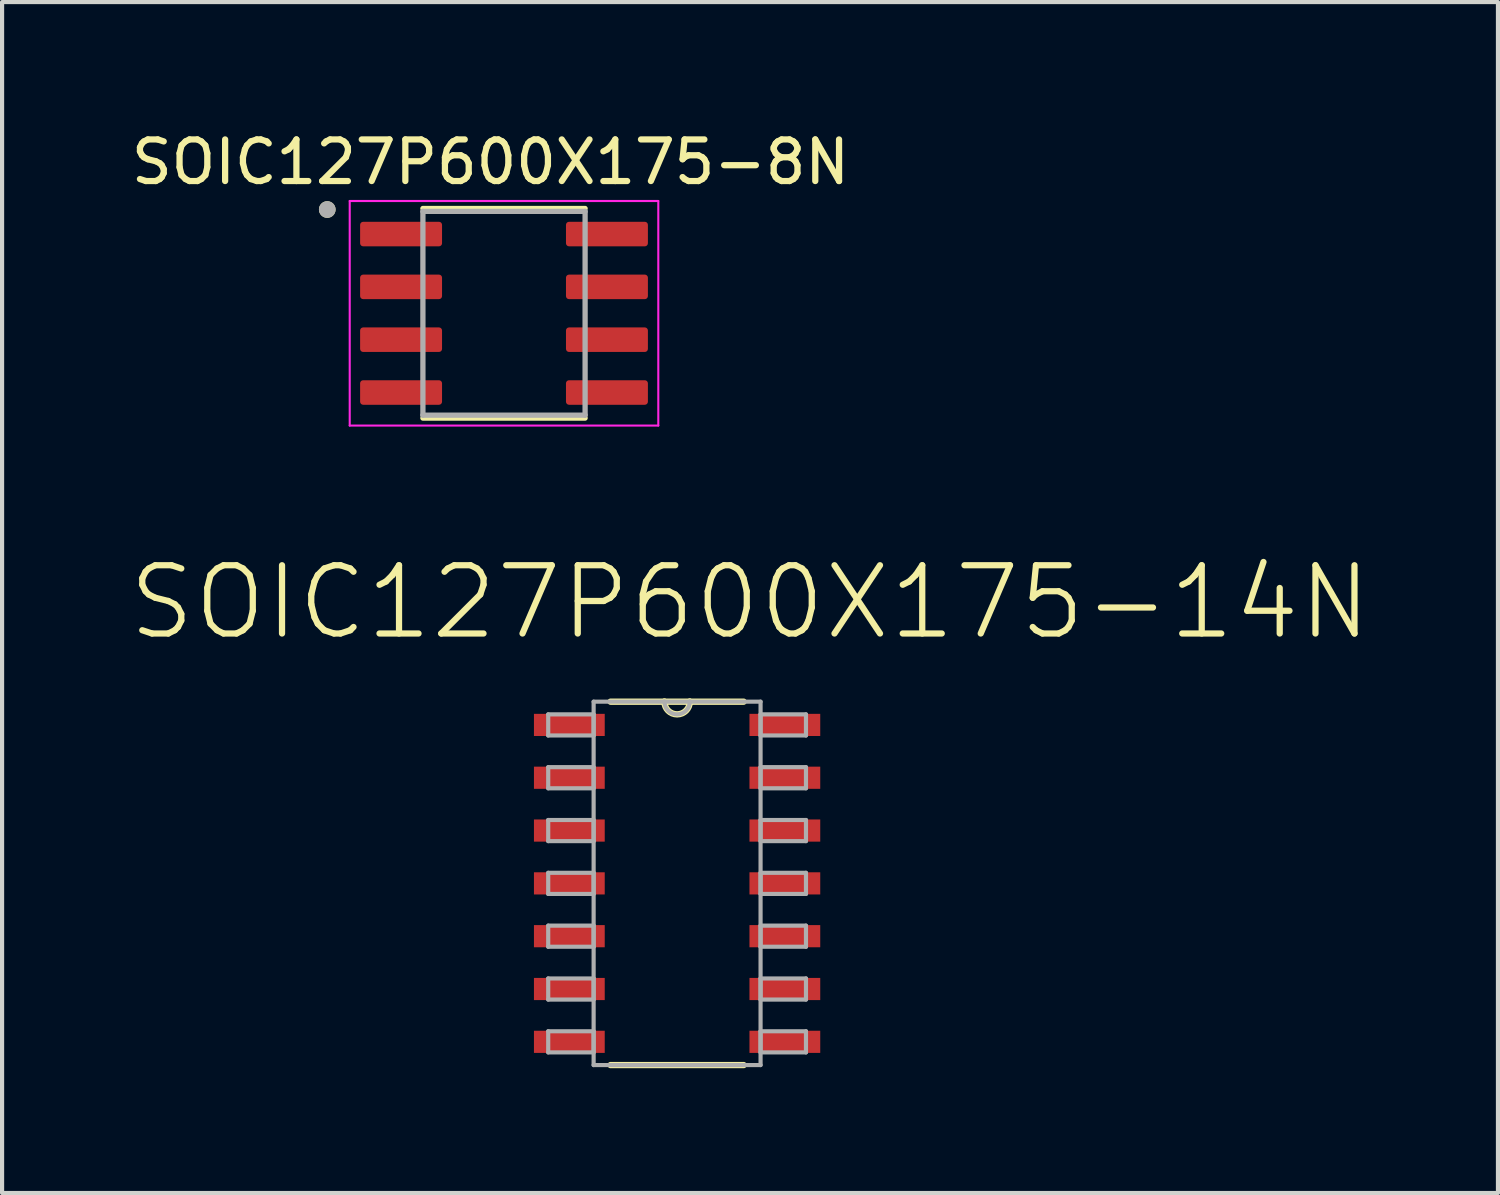
<source format=kicad_pcb>
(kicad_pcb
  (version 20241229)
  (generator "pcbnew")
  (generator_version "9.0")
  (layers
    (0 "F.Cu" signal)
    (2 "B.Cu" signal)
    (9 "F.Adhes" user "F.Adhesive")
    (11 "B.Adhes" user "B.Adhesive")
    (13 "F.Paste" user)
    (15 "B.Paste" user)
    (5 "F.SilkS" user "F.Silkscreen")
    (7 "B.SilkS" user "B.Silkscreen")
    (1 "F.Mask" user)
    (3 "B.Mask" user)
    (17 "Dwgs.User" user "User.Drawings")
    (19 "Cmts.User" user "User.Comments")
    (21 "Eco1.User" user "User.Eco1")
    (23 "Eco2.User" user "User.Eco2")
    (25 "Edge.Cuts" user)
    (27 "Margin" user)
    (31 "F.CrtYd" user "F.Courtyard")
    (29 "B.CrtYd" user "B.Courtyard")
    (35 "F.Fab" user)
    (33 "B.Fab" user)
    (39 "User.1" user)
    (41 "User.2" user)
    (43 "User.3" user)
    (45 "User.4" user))
  (footprint "SOIC127P600X175-14N"
    (layer "F.Cu")
    (at 13.231 18.191)
    (property "Reference" "SOIC127P600X175-14N" (at 1.753 -6.76 0) (layer "F.SilkS") (effects (font (size 1.641 1.641) (thickness 0.15))))
    (attr smd)
    (fp_line (start -1.6 4.369) (end 1.6 4.369) (stroke (width 0.152) (type solid)) (layer "F.SilkS"))
    (fp_line (start -0.305 -4.369) (end -1.6 -4.369) (stroke (width 0.152) (type solid)) (layer "F.SilkS"))
    (fp_line (start 0.305 -4.369) (end -0.305 -4.369) (stroke (width 0.152) (type solid)) (layer "F.SilkS"))
    (fp_line (start 1.6 -4.369) (end 0.305 -4.369) (stroke (width 0.152) (type solid)) (layer "F.SilkS"))
    (fp_arc (start 0.3048 -4.3688) (mid 0 -4.064) (end -0.3048 -4.3688) (stroke (width 0.1524) (type solid)) (layer "F.SilkS"))
    (fp_line (start -3.099 -4.064) (end -3.099 -3.556) (stroke (width 0.1) (type solid)) (layer "F.Fab"))
    (fp_line (start -3.099 -3.556) (end -2.007 -3.556) (stroke (width 0.1) (type solid)) (layer "F.Fab"))
    (fp_line (start -3.099 -2.794) (end -3.099 -2.286) (stroke (width 0.1) (type solid)) (layer "F.Fab"))
    (fp_line (start -3.099 -2.286) (end -2.007 -2.286) (stroke (width 0.1) (type solid)) (layer "F.Fab"))
    (fp_line (start -3.099 -1.524) (end -3.099 -1.016) (stroke (width 0.1) (type solid)) (layer "F.Fab"))
    (fp_line (start -3.099 -1.016) (end -2.007 -1.016) (stroke (width 0.1) (type solid)) (layer "F.Fab"))
    (fp_line (start -3.099 -0.254) (end -3.099 0.254) (stroke (width 0.1) (type solid)) (layer "F.Fab"))
    (fp_line (start -3.099 0.254) (end -2.007 0.254) (stroke (width 0.1) (type solid)) (layer "F.Fab"))
    (fp_line (start -3.099 1.016) (end -3.099 1.524) (stroke (width 0.1) (type solid)) (layer "F.Fab"))
    (fp_line (start -3.099 1.524) (end -2.007 1.524) (stroke (width 0.1) (type solid)) (layer "F.Fab"))
    (fp_line (start -3.099 2.286) (end -3.099 2.794) (stroke (width 0.1) (type solid)) (layer "F.Fab"))
    (fp_line (start -3.099 2.794) (end -2.007 2.794) (stroke (width 0.1) (type solid)) (layer "F.Fab"))
    (fp_line (start -3.099 3.556) (end -3.099 4.064) (stroke (width 0.1) (type solid)) (layer "F.Fab"))
    (fp_line (start -3.099 4.064) (end -2.007 4.064) (stroke (width 0.1) (type solid)) (layer "F.Fab"))
    (fp_line (start -2.007 -4.369) (end -2.007 4.369) (stroke (width 0.1) (type solid)) (layer "F.Fab"))
    (fp_line (start -2.007 -4.064) (end -3.099 -4.064) (stroke (width 0.1) (type solid)) (layer "F.Fab"))
    (fp_line (start -2.007 -3.556) (end -2.007 -4.064) (stroke (width 0.1) (type solid)) (layer "F.Fab"))
    (fp_line (start -2.007 -2.794) (end -3.099 -2.794) (stroke (width 0.1) (type solid)) (layer "F.Fab"))
    (fp_line (start -2.007 -2.286) (end -2.007 -2.794) (stroke (width 0.1) (type solid)) (layer "F.Fab"))
    (fp_line (start -2.007 -1.524) (end -3.099 -1.524) (stroke (width 0.1) (type solid)) (layer "F.Fab"))
    (fp_line (start -2.007 -1.016) (end -2.007 -1.524) (stroke (width 0.1) (type solid)) (layer "F.Fab"))
    (fp_line (start -2.007 -0.254) (end -3.099 -0.254) (stroke (width 0.1) (type solid)) (layer "F.Fab"))
    (fp_line (start -2.007 0.254) (end -2.007 -0.254) (stroke (width 0.1) (type solid)) (layer "F.Fab"))
    (fp_line (start -2.007 1.016) (end -3.099 1.016) (stroke (width 0.1) (type solid)) (layer "F.Fab"))
    (fp_line (start -2.007 1.524) (end -2.007 1.016) (stroke (width 0.1) (type solid)) (layer "F.Fab"))
    (fp_line (start -2.007 2.286) (end -3.099 2.286) (stroke (width 0.1) (type solid)) (layer "F.Fab"))
    (fp_line (start -2.007 2.794) (end -2.007 2.286) (stroke (width 0.1) (type solid)) (layer "F.Fab"))
    (fp_line (start -2.007 3.556) (end -3.099 3.556) (stroke (width 0.1) (type solid)) (layer "F.Fab"))
    (fp_line (start -2.007 4.064) (end -2.007 3.556) (stroke (width 0.1) (type solid)) (layer "F.Fab"))
    (fp_line (start -2.007 4.369) (end 2.007 4.369) (stroke (width 0.1) (type solid)) (layer "F.Fab"))
    (fp_line (start -0.305 -4.369) (end -2.007 -4.369) (stroke (width 0.1) (type solid)) (layer "F.Fab"))
    (fp_line (start 0.305 -4.369) (end -0.305 -4.369) (stroke (width 0.1) (type solid)) (layer "F.Fab"))
    (fp_line (start 2.007 -4.369) (end 0.305 -4.369) (stroke (width 0.1) (type solid)) (layer "F.Fab"))
    (fp_line (start 2.007 -4.064) (end 2.007 -3.556) (stroke (width 0.1) (type solid)) (layer "F.Fab"))
    (fp_line (start 2.007 -3.556) (end 3.099 -3.556) (stroke (width 0.1) (type solid)) (layer "F.Fab"))
    (fp_line (start 2.007 -2.794) (end 2.007 -2.286) (stroke (width 0.1) (type solid)) (layer "F.Fab"))
    (fp_line (start 2.007 -2.286) (end 3.099 -2.286) (stroke (width 0.1) (type solid)) (layer "F.Fab"))
    (fp_line (start 2.007 -1.524) (end 2.007 -1.016) (stroke (width 0.1) (type solid)) (layer "F.Fab"))
    (fp_line (start 2.007 -1.016) (end 3.099 -1.016) (stroke (width 0.1) (type solid)) (layer "F.Fab"))
    (fp_line (start 2.007 -0.254) (end 2.007 0.254) (stroke (width 0.1) (type solid)) (layer "F.Fab"))
    (fp_line (start 2.007 0.254) (end 3.099 0.254) (stroke (width 0.1) (type solid)) (layer "F.Fab"))
    (fp_line (start 2.007 1.016) (end 2.007 1.524) (stroke (width 0.1) (type solid)) (layer "F.Fab"))
    (fp_line (start 2.007 1.524) (end 3.099 1.524) (stroke (width 0.1) (type solid)) (layer "F.Fab"))
    (fp_line (start 2.007 2.286) (end 2.007 2.794) (stroke (width 0.1) (type solid)) (layer "F.Fab"))
    (fp_line (start 2.007 2.794) (end 3.099 2.794) (stroke (width 0.1) (type solid)) (layer "F.Fab"))
    (fp_line (start 2.007 3.556) (end 2.007 4.064) (stroke (width 0.1) (type solid)) (layer "F.Fab"))
    (fp_line (start 2.007 4.064) (end 3.099 4.064) (stroke (width 0.1) (type solid)) (layer "F.Fab"))
    (fp_line (start 2.007 4.369) (end 2.007 -4.369) (stroke (width 0.1) (type solid)) (layer "F.Fab"))
    (fp_line (start 3.099 -4.064) (end 2.007 -4.064) (stroke (width 0.1) (type solid)) (layer "F.Fab"))
    (fp_line (start 3.099 -3.556) (end 3.099 -4.064) (stroke (width 0.1) (type solid)) (layer "F.Fab"))
    (fp_line (start 3.099 -2.794) (end 2.007 -2.794) (stroke (width 0.1) (type solid)) (layer "F.Fab"))
    (fp_line (start 3.099 -2.286) (end 3.099 -2.794) (stroke (width 0.1) (type solid)) (layer "F.Fab"))
    (fp_line (start 3.099 -1.524) (end 2.007 -1.524) (stroke (width 0.1) (type solid)) (layer "F.Fab"))
    (fp_line (start 3.099 -1.016) (end 3.099 -1.524) (stroke (width 0.1) (type solid)) (layer "F.Fab"))
    (fp_line (start 3.099 -0.254) (end 2.007 -0.254) (stroke (width 0.1) (type solid)) (layer "F.Fab"))
    (fp_line (start 3.099 0.254) (end 3.099 -0.254) (stroke (width 0.1) (type solid)) (layer "F.Fab"))
    (fp_line (start 3.099 1.016) (end 2.007 1.016) (stroke (width 0.1) (type solid)) (layer "F.Fab"))
    (fp_line (start 3.099 1.524) (end 3.099 1.016) (stroke (width 0.1) (type solid)) (layer "F.Fab"))
    (fp_line (start 3.099 2.286) (end 2.007 2.286) (stroke (width 0.1) (type solid)) (layer "F.Fab"))
    (fp_line (start 3.099 2.794) (end 3.099 2.286) (stroke (width 0.1) (type solid)) (layer "F.Fab"))
    (fp_line (start 3.099 3.556) (end 2.007 3.556) (stroke (width 0.1) (type solid)) (layer "F.Fab"))
    (fp_line (start 3.099 4.064) (end 3.099 3.556) (stroke (width 0.1) (type solid)) (layer "F.Fab"))
    (fp_arc (start 0.3048 -4.3688) (mid 0 -4.064) (end -0.3048 -4.3688) (stroke (width 0.1) (type solid)) (layer "F.Fab"))
    (pad "1" smd rect (at -2.591 -3.81) (size 1.702 0.533) (layers "F.Cu" "F.Mask" "F.Paste"))
    (pad "2" smd rect (at -2.591 -2.54) (size 1.702 0.533) (layers "F.Cu" "F.Mask" "F.Paste"))
    (pad "3" smd rect (at -2.591 -1.27) (size 1.702 0.533) (layers "F.Cu" "F.Mask" "F.Paste"))
    (pad "4" smd rect (at -2.591 0) (size 1.702 0.533) (layers "F.Cu" "F.Mask" "F.Paste"))
    (pad "5" smd rect (at -2.591 1.27) (size 1.702 0.533) (layers "F.Cu" "F.Mask" "F.Paste"))
    (pad "6" smd rect (at -2.591 2.54) (size 1.702 0.533) (layers "F.Cu" "F.Mask" "F.Paste"))
    (pad "7" smd rect (at -2.591 3.81) (size 1.702 0.533) (layers "F.Cu" "F.Mask" "F.Paste"))
    (pad "8" smd rect (at 2.591 3.81) (size 1.702 0.533) (layers "F.Cu" "F.Mask" "F.Paste"))
    (pad "9" smd rect (at 2.591 2.54) (size 1.702 0.533) (layers "F.Cu" "F.Mask" "F.Paste"))
    (pad "10" smd rect (at 2.591 1.27) (size 1.702 0.533) (layers "F.Cu" "F.Mask" "F.Paste"))
    (pad "11" smd rect (at 2.591 0) (size 1.702 0.533) (layers "F.Cu" "F.Mask" "F.Paste"))
    (pad "12" smd rect (at 2.591 -1.27) (size 1.702 0.533) (layers "F.Cu" "F.Mask" "F.Paste"))
    (pad "13" smd rect (at 2.591 -2.54) (size 1.702 0.533) (layers "F.Cu" "F.Mask" "F.Paste"))
    (pad "14" smd rect (at 2.591 -3.81) (size 1.702 0.533) (layers "F.Cu" "F.Mask" "F.Paste")))
  (footprint "SOIC127P600X175-8N"
    (layer "F.Cu")
    (at 9.069 4.483)
    (property "Reference" "SOIC127P600X175-8N" (at -0.325 -3.635 0) (layer "F.SilkS") (effects (font (size 1 1) (thickness 0.15))))
    (attr smd)
    (fp_line (start -1.95 -2.52) (end 1.95 -2.52) (stroke (width 0.127) (type solid)) (layer "F.SilkS"))
    (fp_line (start -1.95 2.52) (end 1.95 2.52) (stroke (width 0.127) (type solid)) (layer "F.SilkS"))
    (fp_circle (center -4.25 -2.495) (end -4.15 -2.495) (stroke (width 0.2) (type solid)) (fill no) (layer "F.SilkS"))
    (fp_line (start -3.71 -2.7) (end -3.71 2.7) (stroke (width 0.05) (type solid)) (layer "F.CrtYd"))
    (fp_line (start -3.71 -2.7) (end 3.71 -2.7) (stroke (width 0.05) (type solid)) (layer "F.CrtYd"))
    (fp_line (start -3.71 2.7) (end 3.71 2.7) (stroke (width 0.05) (type solid)) (layer "F.CrtYd"))
    (fp_line (start 3.71 -2.7) (end 3.71 2.7) (stroke (width 0.05) (type solid)) (layer "F.CrtYd"))
    (fp_line (start -1.95 -2.45) (end -1.95 2.45) (stroke (width 0.127) (type solid)) (layer "F.Fab"))
    (fp_line (start -1.95 -2.45) (end 1.95 -2.45) (stroke (width 0.127) (type solid)) (layer "F.Fab"))
    (fp_line (start -1.95 2.45) (end 1.95 2.45) (stroke (width 0.127) (type solid)) (layer "F.Fab"))
    (fp_line (start 1.95 -2.45) (end 1.95 2.45) (stroke (width 0.127) (type solid)) (layer "F.Fab"))
    (fp_circle (center -4.25 -2.495) (end -4.15 -2.495) (stroke (width 0.2) (type solid)) (fill no) (layer "F.Fab"))
    (pad "1" smd roundrect (at -2.475 -1.905) (size 1.97 0.59) (layers "F.Cu" "F.Mask" "F.Paste") (roundrect_rratio 0.125))
    (pad "2" smd roundrect (at -2.475 -0.635) (size 1.97 0.59) (layers "F.Cu" "F.Mask" "F.Paste") (roundrect_rratio 0.125))
    (pad "3" smd roundrect (at -2.475 0.635) (size 1.97 0.59) (layers "F.Cu" "F.Mask" "F.Paste") (roundrect_rratio 0.125))
    (pad "4" smd roundrect (at -2.475 1.905) (size 1.97 0.59) (layers "F.Cu" "F.Mask" "F.Paste") (roundrect_rratio 0.125))
    (pad "5" smd roundrect (at 2.475 1.905) (size 1.97 0.59) (layers "F.Cu" "F.Mask" "F.Paste") (roundrect_rratio 0.125))
    (pad "6" smd roundrect (at 2.475 0.635) (size 1.97 0.59) (layers "F.Cu" "F.Mask" "F.Paste") (roundrect_rratio 0.125))
    (pad "7" smd roundrect (at 2.475 -0.635) (size 1.97 0.59) (layers "F.Cu" "F.Mask" "F.Paste") (roundrect_rratio 0.125))
    (pad "8" smd roundrect (at 2.475 -1.905) (size 1.97 0.59) (layers "F.Cu" "F.Mask" "F.Paste") (roundrect_rratio 0.125)))
  (gr_rect
    (start -3 -3)
    (end 32.969 25.636)
    (stroke (width 0.1) (type default))
    (fill no)
    (layer "Edge.Cuts")))
</source>
